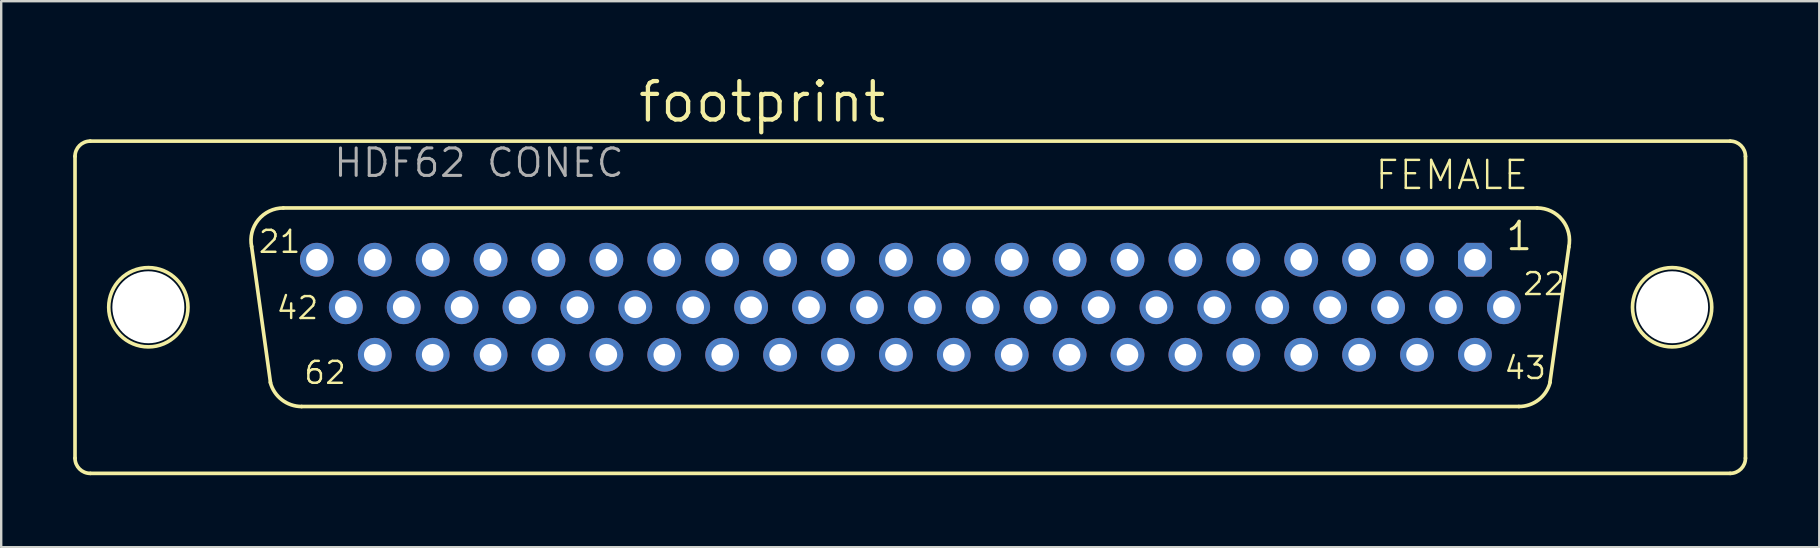
<source format=kicad_pcb>
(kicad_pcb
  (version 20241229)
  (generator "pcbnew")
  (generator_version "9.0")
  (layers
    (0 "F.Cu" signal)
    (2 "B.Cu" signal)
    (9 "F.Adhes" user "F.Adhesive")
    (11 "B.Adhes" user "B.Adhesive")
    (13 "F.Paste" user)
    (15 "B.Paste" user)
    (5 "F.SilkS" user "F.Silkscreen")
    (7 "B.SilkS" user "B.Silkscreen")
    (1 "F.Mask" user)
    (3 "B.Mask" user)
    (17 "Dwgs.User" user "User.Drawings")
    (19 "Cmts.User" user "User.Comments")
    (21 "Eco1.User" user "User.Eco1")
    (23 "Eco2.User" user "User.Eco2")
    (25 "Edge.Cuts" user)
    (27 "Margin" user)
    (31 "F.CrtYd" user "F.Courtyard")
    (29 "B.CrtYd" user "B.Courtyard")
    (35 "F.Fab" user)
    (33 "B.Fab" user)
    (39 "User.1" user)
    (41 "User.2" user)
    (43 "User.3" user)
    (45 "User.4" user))
  (footprint "footprint"
    (layer "F.Cu")
    (at 34.882 9.754)
    (property "Reference" "footprint" (at -11.43 -7.62 0) (layer "F.SilkS") (effects (font (size 1.6 1.6) (thickness 0.178)) (justify left bottom)))
    (fp_line (start -34.806 -6.288) (end -34.806 6.288) (stroke (width 0.152) (type solid)) (layer "F.SilkS"))
    (fp_line (start -34.163 6.923) (end 34.171 6.923) (stroke (width 0.152) (type solid)) (layer "F.SilkS"))
    (fp_line (start -26.659 3.146) (end -27.447 -2.537) (stroke (width 0.152) (type solid)) (layer "F.SilkS"))
    (fp_line (start -26.126 -4.137) (end 26.126 -4.137) (stroke (width 0.152) (type solid)) (layer "F.SilkS"))
    (fp_line (start -25.364 4.137) (end 25.364 4.137) (stroke (width 0.152) (type solid)) (layer "F.SilkS"))
    (fp_line (start 27.447 -2.511) (end 26.659 3.121) (stroke (width 0.152) (type solid)) (layer "F.SilkS"))
    (fp_line (start 34.163 -6.923) (end -34.171 -6.923) (stroke (width 0.152) (type solid)) (layer "F.SilkS"))
    (fp_line (start 34.806 -6.288) (end 34.806 6.288) (stroke (width 0.152) (type solid)) (layer "F.SilkS"))
    (fp_arc (start -34.806 -6.288) (mid -34.620013 -6.737013) (end -34.171 -6.923) (stroke (width 0.1524) (type solid)) (layer "F.SilkS"))
    (fp_arc (start -34.171 6.923) (mid -34.620013 6.737013) (end -34.806 6.288) (stroke (width 0.1524) (type solid)) (layer "F.SilkS"))
    (fp_arc (start -27.4461 -2.5268) (mid -27.167082 -3.644284) (end -26.126 -4.137) (stroke (width 0.1524) (type solid)) (layer "F.SilkS"))
    (fp_arc (start -25.364 4.137) (mid -26.1875 3.855745) (end -26.6669 3.1295) (stroke (width 0.1524) (type solid)) (layer "F.SilkS"))
    (fp_arc (start 26.126 -4.137) (mid 27.174557 -3.635183) (end 27.441499 -2.503798) (stroke (width 0.1524) (type solid)) (layer "F.SilkS"))
    (fp_arc (start 26.6669 3.1295) (mid 26.1875 3.855746) (end 25.364 4.137) (stroke (width 0.1524) (type solid)) (layer "F.SilkS"))
    (fp_arc (start 34.171 -6.923) (mid 34.620013 -6.737013) (end 34.806 -6.288) (stroke (width 0.1524) (type solid)) (layer "F.SilkS"))
    (fp_arc (start 34.806 6.288) (mid 34.620013 6.737013) (end 34.171 6.923) (stroke (width 0.1524) (type solid)) (layer "F.SilkS"))
    (fp_circle (center -31.75 0) (end -30.099 0) (stroke (width 0.152) (type solid)) (fill no) (layer "F.SilkS"))
    (fp_circle (center 31.75 0) (end 33.401 0) (stroke (width 0.152) (type solid)) (fill no) (layer "F.SilkS"))
    (fp_text user "42" (at -26.475 0.565 0) (layer "F.SilkS") (effects (font (size 0.914 0.914) (thickness 0.102)) (justify left bottom)))
    (fp_text user "21" (at -27.218 -2.195 0) (layer "F.SilkS") (effects (font (size 0.914 0.914) (thickness 0.102)) (justify left bottom)))
    (fp_text user "FEMALE" (at 19.304 -4.826 0) (layer "F.SilkS") (effects (font (size 1.168 1.168) (thickness 0.102)) (justify left bottom)))
    (fp_text user "1" (at 24.747 -2.295 0) (layer "F.SilkS") (effects (font (size 1.143 1.143) (thickness 0.127)) (justify left bottom)))
    (fp_text user "43" (at 24.69 3.065 0) (layer "F.SilkS") (effects (font (size 0.914 0.914) (thickness 0.102)) (justify left bottom)))
    (fp_text user "22" (at 25.468 -0.435 0) (layer "F.SilkS") (effects (font (size 0.914 0.914) (thickness 0.102)) (justify left bottom)))
    (fp_text user "62" (at -25.323 3.265 0) (layer "F.SilkS") (effects (font (size 0.914 0.914) (thickness 0.102)) (justify left bottom)))
    (fp_text user "HDF62 CONEC" (at -24.098 -5.349 0) (layer "F.Fab") (effects (font (size 1.143 1.143) (thickness 0.127)) (justify left bottom)))
    (pad "" np_thru_hole circle (at -31.75 0) (size 3 3) (drill 3) (layers "*.Cu" "*.Mask"))
    (pad "" np_thru_hole circle (at 31.75 0) (size 3 3) (drill 3) (layers "*.Cu" "*.Mask"))
    (pad "1" thru_hole roundrect (at 23.532 -1.98) (size 1.408 1.408) (drill 0.9) (layers "*.Cu" "*.Mask") (roundrect_rratio 0.25) (chamfer_ratio 0.25) (chamfer top_left top_right bottom_left bottom_right))
    (pad "2" thru_hole circle (at 21.119 -1.98) (size 1.408 1.408) (drill 0.9) (layers "*.Cu" "*.Mask"))
    (pad "3" thru_hole circle (at 18.706 -1.98) (size 1.408 1.408) (drill 0.9) (layers "*.Cu" "*.Mask"))
    (pad "4" thru_hole circle (at 16.293 -1.98) (size 1.408 1.408) (drill 0.9) (layers "*.Cu" "*.Mask"))
    (pad "5" thru_hole circle (at 13.88 -1.98) (size 1.408 1.408) (drill 0.9) (layers "*.Cu" "*.Mask"))
    (pad "6" thru_hole circle (at 11.467 -1.98) (size 1.408 1.408) (drill 0.9) (layers "*.Cu" "*.Mask"))
    (pad "7" thru_hole circle (at 9.054 -1.98) (size 1.408 1.408) (drill 0.9) (layers "*.Cu" "*.Mask"))
    (pad "8" thru_hole circle (at 6.641 -1.98) (size 1.408 1.408) (drill 0.9) (layers "*.Cu" "*.Mask"))
    (pad "9" thru_hole circle (at 4.228 -1.98) (size 1.408 1.408) (drill 0.9) (layers "*.Cu" "*.Mask"))
    (pad "10" thru_hole circle (at 1.815 -1.98) (size 1.408 1.408) (drill 0.9) (layers "*.Cu" "*.Mask"))
    (pad "11" thru_hole circle (at -0.598 -1.98) (size 1.408 1.408) (drill 0.9) (layers "*.Cu" "*.Mask"))
    (pad "12" thru_hole circle (at -3.011 -1.98) (size 1.408 1.408) (drill 0.9) (layers "*.Cu" "*.Mask"))
    (pad "13" thru_hole circle (at -5.424 -1.98) (size 1.408 1.408) (drill 0.9) (layers "*.Cu" "*.Mask"))
    (pad "14" thru_hole circle (at -7.837 -1.98) (size 1.408 1.408) (drill 0.9) (layers "*.Cu" "*.Mask"))
    (pad "15" thru_hole circle (at -10.25 -1.98) (size 1.408 1.408) (drill 0.9) (layers "*.Cu" "*.Mask"))
    (pad "16" thru_hole circle (at -12.663 -1.98) (size 1.408 1.408) (drill 0.9) (layers "*.Cu" "*.Mask"))
    (pad "17" thru_hole circle (at -15.076 -1.98) (size 1.408 1.408) (drill 0.9) (layers "*.Cu" "*.Mask"))
    (pad "18" thru_hole circle (at -17.489 -1.98) (size 1.408 1.408) (drill 0.9) (layers "*.Cu" "*.Mask"))
    (pad "19" thru_hole circle (at -19.902 -1.98) (size 1.408 1.408) (drill 0.9) (layers "*.Cu" "*.Mask"))
    (pad "20" thru_hole circle (at -22.315 -1.98) (size 1.408 1.408) (drill 0.9) (layers "*.Cu" "*.Mask"))
    (pad "21" thru_hole circle (at -24.728 -1.98) (size 1.408 1.408) (drill 0.9) (layers "*.Cu" "*.Mask"))
    (pad "22" thru_hole circle (at 24.739 0) (size 1.408 1.408) (drill 0.9) (layers "*.Cu" "*.Mask"))
    (pad "23" thru_hole circle (at 22.325 0) (size 1.408 1.408) (drill 0.9) (layers "*.Cu" "*.Mask"))
    (pad "24" thru_hole circle (at 19.912 0) (size 1.408 1.408) (drill 0.9) (layers "*.Cu" "*.Mask"))
    (pad "25" thru_hole circle (at 17.499 0) (size 1.408 1.408) (drill 0.9) (layers "*.Cu" "*.Mask"))
    (pad "26" thru_hole circle (at 15.086 0) (size 1.408 1.408) (drill 0.9) (layers "*.Cu" "*.Mask"))
    (pad "27" thru_hole circle (at 12.673 0) (size 1.408 1.408) (drill 0.9) (layers "*.Cu" "*.Mask"))
    (pad "28" thru_hole circle (at 10.26 0) (size 1.408 1.408) (drill 0.9) (layers "*.Cu" "*.Mask"))
    (pad "29" thru_hole circle (at 7.847 0) (size 1.408 1.408) (drill 0.9) (layers "*.Cu" "*.Mask"))
    (pad "30" thru_hole circle (at 5.434 0) (size 1.408 1.408) (drill 0.9) (layers "*.Cu" "*.Mask"))
    (pad "31" thru_hole circle (at 3.021 0) (size 1.408 1.408) (drill 0.9) (layers "*.Cu" "*.Mask"))
    (pad "32" thru_hole circle (at 0.608 0) (size 1.408 1.408) (drill 0.9) (layers "*.Cu" "*.Mask"))
    (pad "33" thru_hole circle (at -1.805 0) (size 1.408 1.408) (drill 0.9) (layers "*.Cu" "*.Mask"))
    (pad "34" thru_hole circle (at -4.218 0) (size 1.408 1.408) (drill 0.9) (layers "*.Cu" "*.Mask"))
    (pad "35" thru_hole circle (at -6.631 0) (size 1.408 1.408) (drill 0.9) (layers "*.Cu" "*.Mask"))
    (pad "36" thru_hole circle (at -9.044 0) (size 1.408 1.408) (drill 0.9) (layers "*.Cu" "*.Mask"))
    (pad "37" thru_hole circle (at -11.457 0) (size 1.408 1.408) (drill 0.9) (layers "*.Cu" "*.Mask"))
    (pad "38" thru_hole circle (at -13.87 0) (size 1.408 1.408) (drill 0.9) (layers "*.Cu" "*.Mask"))
    (pad "39" thru_hole circle (at -16.283 0) (size 1.408 1.408) (drill 0.9) (layers "*.Cu" "*.Mask"))
    (pad "40" thru_hole circle (at -18.696 0) (size 1.408 1.408) (drill 0.9) (layers "*.Cu" "*.Mask"))
    (pad "41" thru_hole circle (at -21.109 0) (size 1.408 1.408) (drill 0.9) (layers "*.Cu" "*.Mask"))
    (pad "42" thru_hole circle (at -23.522 0) (size 1.408 1.408) (drill 0.9) (layers "*.Cu" "*.Mask"))
    (pad "43" thru_hole circle (at 23.532 1.98) (size 1.408 1.408) (drill 0.9) (layers "*.Cu" "*.Mask"))
    (pad "44" thru_hole circle (at 21.119 1.98) (size 1.408 1.408) (drill 0.9) (layers "*.Cu" "*.Mask"))
    (pad "45" thru_hole circle (at 18.706 1.98) (size 1.408 1.408) (drill 0.9) (layers "*.Cu" "*.Mask"))
    (pad "46" thru_hole circle (at 16.293 1.98) (size 1.408 1.408) (drill 0.9) (layers "*.Cu" "*.Mask"))
    (pad "47" thru_hole circle (at 13.88 1.98) (size 1.408 1.408) (drill 0.9) (layers "*.Cu" "*.Mask"))
    (pad "48" thru_hole circle (at 11.467 1.98) (size 1.408 1.408) (drill 0.9) (layers "*.Cu" "*.Mask"))
    (pad "49" thru_hole circle (at 9.054 1.98) (size 1.408 1.408) (drill 0.9) (layers "*.Cu" "*.Mask"))
    (pad "50" thru_hole circle (at 6.641 1.98) (size 1.408 1.408) (drill 0.9) (layers "*.Cu" "*.Mask"))
    (pad "51" thru_hole circle (at 4.228 1.98) (size 1.408 1.408) (drill 0.9) (layers "*.Cu" "*.Mask"))
    (pad "52" thru_hole circle (at 1.815 1.98) (size 1.408 1.408) (drill 0.9) (layers "*.Cu" "*.Mask"))
    (pad "53" thru_hole circle (at -0.598 1.98) (size 1.408 1.408) (drill 0.9) (layers "*.Cu" "*.Mask"))
    (pad "54" thru_hole circle (at -3.011 1.98) (size 1.408 1.408) (drill 0.9) (layers "*.Cu" "*.Mask"))
    (pad "55" thru_hole circle (at -5.424 1.98) (size 1.408 1.408) (drill 0.9) (layers "*.Cu" "*.Mask"))
    (pad "56" thru_hole circle (at -7.837 1.98) (size 1.408 1.408) (drill 0.9) (layers "*.Cu" "*.Mask"))
    (pad "57" thru_hole circle (at -10.25 1.98) (size 1.408 1.408) (drill 0.9) (layers "*.Cu" "*.Mask"))
    (pad "58" thru_hole circle (at -12.663 1.98) (size 1.408 1.408) (drill 0.9) (layers "*.Cu" "*.Mask"))
    (pad "59" thru_hole circle (at -15.076 1.98) (size 1.408 1.408) (drill 0.9) (layers "*.Cu" "*.Mask"))
    (pad "60" thru_hole circle (at -17.489 1.98) (size 1.408 1.408) (drill 0.9) (layers "*.Cu" "*.Mask"))
    (pad "61" thru_hole circle (at -19.902 1.98) (size 1.408 1.408) (drill 0.9) (layers "*.Cu" "*.Mask"))
    (pad "62" thru_hole circle (at -22.315 1.98) (size 1.408 1.408) (drill 0.9) (layers "*.Cu" "*.Mask"))
    (zone (net_name "") (layers "F.Cu" "B.Cu") (hatch edge 0.508) (connect_pads) (min_thickness 0.254) (filled_areas_thickness no) (keepout (tracks allowed) (vias not_allowed) (pads allowed) (copperpour allowed) (footprints allowed)) (placement (enabled no)) (fill) (polygon (pts (xy 5.799 9.754) (xy 5.759 9.29) (xy 5.638 8.841) (xy 5.442 8.42) (xy 5.175 8.039) (xy 4.847 7.711) (xy 4.466 7.444) (xy 4.044 7.247) (xy 3.595 7.127) (xy 3.132 7.087) (xy 2.669 7.127) (xy 2.22 7.247) (xy 1.799 7.444) (xy 1.418 7.711) (xy 1.089 8.039) (xy 0.823 8.42) (xy 0.626 8.841) (xy 0.506 9.29) (xy 0.465 9.754) (xy 0.506 10.217) (xy 0.626 10.666) (xy 0.823 11.087) (xy 1.089 11.468) (xy 1.418 11.797) (xy 1.799 12.063) (xy 2.22 12.26) (xy 2.669 12.38) (xy 3.132 12.421) (xy 3.595 12.38) (xy 4.044 12.26) (xy 4.466 12.063) (xy 4.847 11.797) (xy 5.175 11.468) (xy 5.442 11.087) (xy 5.638 10.666) (xy 5.759 10.217))))
    (zone (net_name "") (layers "F.Cu" "B.Cu") (hatch edge 0.508) (connect_pads) (min_thickness 0.254) (filled_areas_thickness no) (keepout (tracks allowed) (vias not_allowed) (pads allowed) (copperpour allowed) (footprints allowed)) (placement (enabled no)) (fill) (polygon (pts (xy 69.299 9.754) (xy 69.259 9.29) (xy 69.138 8.841) (xy 68.942 8.42) (xy 68.675 8.039) (xy 68.347 7.711) (xy 67.966 7.444) (xy 67.544 7.247) (xy 67.095 7.127) (xy 66.632 7.087) (xy 66.169 7.127) (xy 65.72 7.247) (xy 65.299 7.444) (xy 64.918 7.711) (xy 64.589 8.039) (xy 64.323 8.42) (xy 64.126 8.841) (xy 64.006 9.29) (xy 63.965 9.754) (xy 64.006 10.217) (xy 64.126 10.666) (xy 64.323 11.087) (xy 64.589 11.468) (xy 64.918 11.797) (xy 65.299 12.063) (xy 65.72 12.26) (xy 66.169 12.38) (xy 66.632 12.421) (xy 67.095 12.38) (xy 67.544 12.26) (xy 67.966 12.063) (xy 68.347 11.797) (xy 68.675 11.468) (xy 68.942 11.087) (xy 69.138 10.666) (xy 69.259 10.217))))
    (zone (net_name "") (layer "B.Cu") (hatch edge 0.508) (connect_pads) (min_thickness 0.254) (filled_areas_thickness no) (keepout (tracks not_allowed) (vias not_allowed) (pads not_allowed) (copperpour not_allowed) (footprints allowed)) (placement (enabled no)) (fill) (polygon (pts (xy 5.799 9.754) (xy 5.759 9.29) (xy 5.638 8.841) (xy 5.442 8.42) (xy 5.175 8.039) (xy 4.847 7.711) (xy 4.466 7.444) (xy 4.044 7.247) (xy 3.595 7.127) (xy 3.132 7.087) (xy 2.669 7.127) (xy 2.22 7.247) (xy 1.799 7.444) (xy 1.418 7.711) (xy 1.089 8.039) (xy 0.823 8.42) (xy 0.626 8.841) (xy 0.506 9.29) (xy 0.465 9.754) (xy 0.506 10.217) (xy 0.626 10.666) (xy 0.823 11.087) (xy 1.089 11.468) (xy 1.418 11.797) (xy 1.799 12.063) (xy 2.22 12.26) (xy 2.669 12.38) (xy 3.132 12.421) (xy 3.595 12.38) (xy 4.044 12.26) (xy 4.466 12.063) (xy 4.847 11.797) (xy 5.175 11.468) (xy 5.442 11.087) (xy 5.638 10.666) (xy 5.759 10.217))))
    (zone (net_name "") (layer "B.Cu") (hatch edge 0.508) (connect_pads) (min_thickness 0.254) (filled_areas_thickness no) (keepout (tracks not_allowed) (vias not_allowed) (pads not_allowed) (copperpour not_allowed) (footprints allowed)) (placement (enabled no)) (fill) (polygon (pts (xy 69.299 9.754) (xy 69.259 9.29) (xy 69.138 8.841) (xy 68.942 8.42) (xy 68.675 8.039) (xy 68.347 7.711) (xy 67.966 7.444) (xy 67.544 7.247) (xy 67.095 7.127) (xy 66.632 7.087) (xy 66.169 7.127) (xy 65.72 7.247) (xy 65.299 7.444) (xy 64.918 7.711) (xy 64.589 8.039) (xy 64.323 8.42) (xy 64.126 8.841) (xy 64.006 9.29) (xy 63.965 9.754) (xy 64.006 10.217) (xy 64.126 10.666) (xy 64.323 11.087) (xy 64.589 11.468) (xy 64.918 11.797) (xy 65.299 12.063) (xy 65.72 12.26) (xy 66.169 12.38) (xy 66.632 12.421) (xy 67.095 12.38) (xy 67.544 12.26) (xy 67.966 12.063) (xy 68.347 11.797) (xy 68.675 11.468) (xy 68.942 11.087) (xy 69.138 10.666) (xy 69.259 10.217)))))
  (gr_rect
    (start -3 -3)
    (end 72.764 19.753)
    (stroke (width 0.1) (type default))
    (fill no)
    (layer "Edge.Cuts")))
</source>
